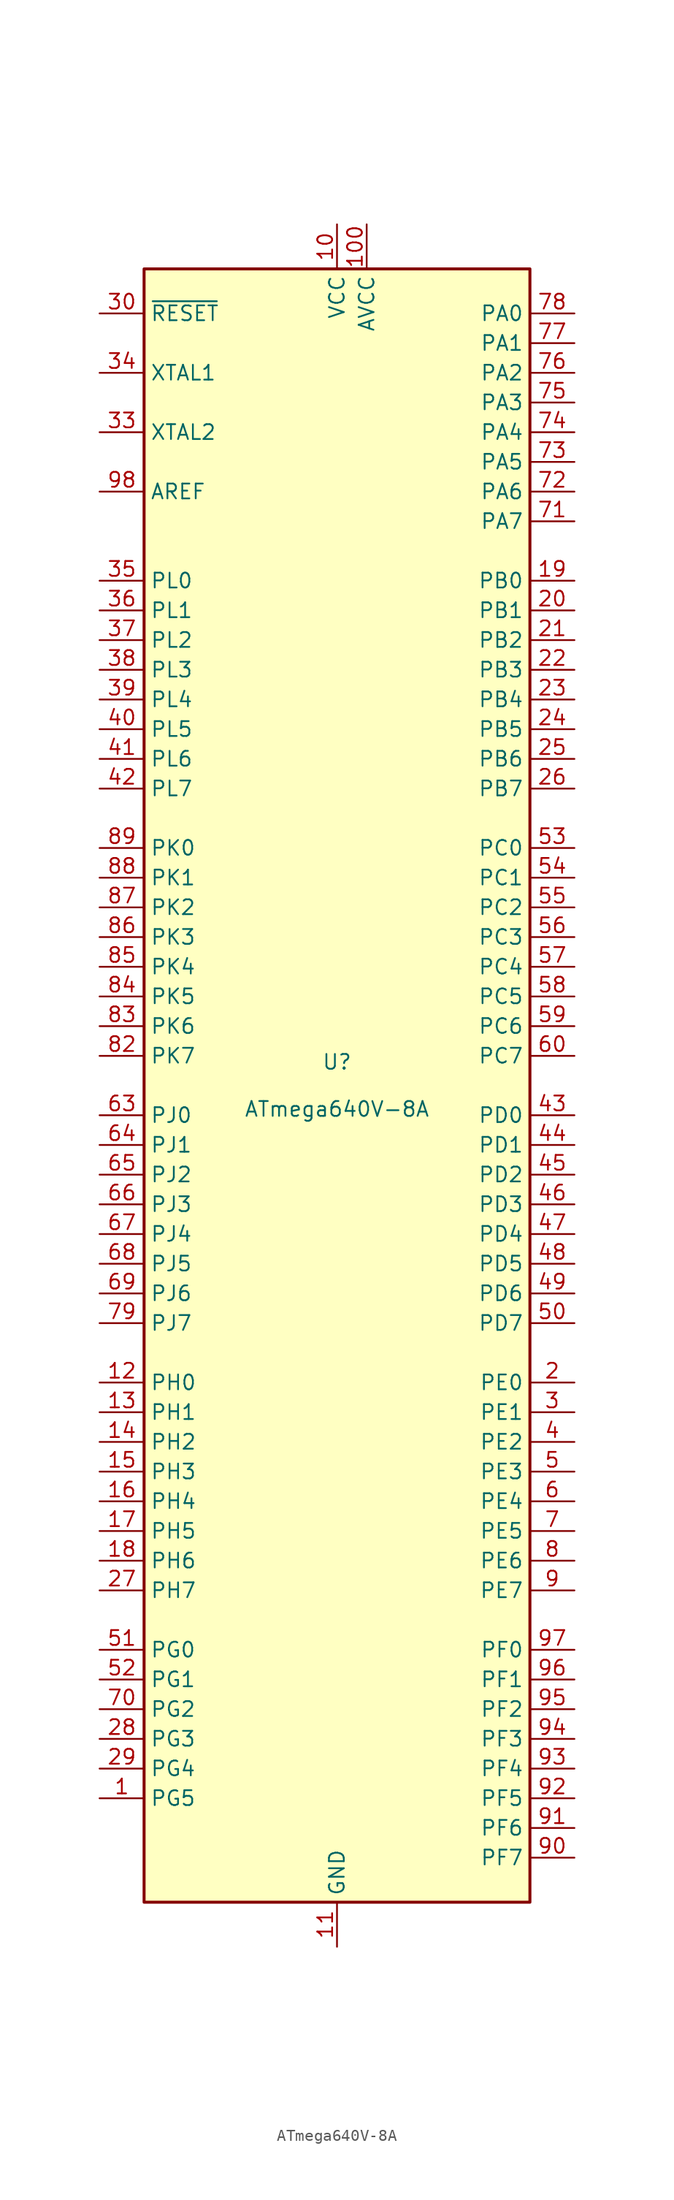
<source format=kicad_sym>
(kicad_symbol_lib
  (version 20201005)
  (generator kicad_symbol_editor)
  (symbol "MCU_Microchip_ATmega:ATmega640V-8A"
    (property "Reference" "U"
      (at 0 1.27 0)
      (effects (font (size 1.27 1.27)) (justify bottom)))
    (property "Value" "ATmega640V-8A"
      (at 0 -1.27 0)
      (effects (font (size 1.27 1.27)) (justify top)))
    (symbol "ATmega640V-8A_0_1"
      (rectangle (start -16.51 -69.85) (end 16.51 69.85) (stroke (width 0.254)) (fill (type background))))
    (symbol "ATmega640V-8A_1_1"
      (pin bidirectional line (at -20.32 -60.96 0) (length 3.81) (name "PG5" (effects (font (size 1.27 1.27)))) (number "1" (effects (font (size 1.27 1.27)))))
      (pin power_in line (at 0 73.66 270) (length 3.81) (name "VCC" (effects (font (size 1.27 1.27)))) (number "10" (effects (font (size 1.27 1.27)))))
      (pin power_in line (at 2.54 73.66 270) (length 3.81) (name "AVCC" (effects (font (size 1.27 1.27)))) (number "100" (effects (font (size 1.27 1.27)))))
      (pin power_in line (at 0 -73.66 90) (length 3.81) (name "GND" (effects (font (size 1.27 1.27)))) (number "11" (effects (font (size 1.27 1.27)))))
      (pin bidirectional line (at -20.32 -25.4 0) (length 3.81) (name "PH0" (effects (font (size 1.27 1.27)))) (number "12" (effects (font (size 1.27 1.27)))))
      (pin bidirectional line (at -20.32 -27.94 0) (length 3.81) (name "PH1" (effects (font (size 1.27 1.27)))) (number "13" (effects (font (size 1.27 1.27)))))
      (pin bidirectional line (at -20.32 -30.48 0) (length 3.81) (name "PH2" (effects (font (size 1.27 1.27)))) (number "14" (effects (font (size 1.27 1.27)))))
      (pin bidirectional line (at -20.32 -33.02 0) (length 3.81) (name "PH3" (effects (font (size 1.27 1.27)))) (number "15" (effects (font (size 1.27 1.27)))))
      (pin bidirectional line (at -20.32 -35.56 0) (length 3.81) (name "PH4" (effects (font (size 1.27 1.27)))) (number "16" (effects (font (size 1.27 1.27)))))
      (pin bidirectional line (at -20.32 -38.1 0) (length 3.81) (name "PH5" (effects (font (size 1.27 1.27)))) (number "17" (effects (font (size 1.27 1.27)))))
      (pin bidirectional line (at -20.32 -40.64 0) (length 3.81) (name "PH6" (effects (font (size 1.27 1.27)))) (number "18" (effects (font (size 1.27 1.27)))))
      (pin bidirectional line (at 20.32 43.18 180) (length 3.81) (name "PB0" (effects (font (size 1.27 1.27)))) (number "19" (effects (font (size 1.27 1.27)))))
      (pin bidirectional line (at 20.32 -25.4 180) (length 3.81) (name "PE0" (effects (font (size 1.27 1.27)))) (number "2" (effects (font (size 1.27 1.27)))))
      (pin bidirectional line (at 20.32 40.64 180) (length 3.81) (name "PB1" (effects (font (size 1.27 1.27)))) (number "20" (effects (font (size 1.27 1.27)))))
      (pin bidirectional line (at 20.32 38.1 180) (length 3.81) (name "PB2" (effects (font (size 1.27 1.27)))) (number "21" (effects (font (size 1.27 1.27)))))
      (pin bidirectional line (at 20.32 35.56 180) (length 3.81) (name "PB3" (effects (font (size 1.27 1.27)))) (number "22" (effects (font (size 1.27 1.27)))))
      (pin bidirectional line (at 20.32 33.02 180) (length 3.81) (name "PB4" (effects (font (size 1.27 1.27)))) (number "23" (effects (font (size 1.27 1.27)))))
      (pin bidirectional line (at 20.32 30.48 180) (length 3.81) (name "PB5" (effects (font (size 1.27 1.27)))) (number "24" (effects (font (size 1.27 1.27)))))
      (pin bidirectional line (at 20.32 27.94 180) (length 3.81) (name "PB6" (effects (font (size 1.27 1.27)))) (number "25" (effects (font (size 1.27 1.27)))))
      (pin bidirectional line (at 20.32 25.4 180) (length 3.81) (name "PB7" (effects (font (size 1.27 1.27)))) (number "26" (effects (font (size 1.27 1.27)))))
      (pin bidirectional line (at -20.32 -43.18 0) (length 3.81) (name "PH7" (effects (font (size 1.27 1.27)))) (number "27" (effects (font (size 1.27 1.27)))))
      (pin bidirectional line (at -20.32 -55.88 0) (length 3.81) (name "PG3" (effects (font (size 1.27 1.27)))) (number "28" (effects (font (size 1.27 1.27)))))
      (pin bidirectional line (at -20.32 -58.42 0) (length 3.81) (name "PG4" (effects (font (size 1.27 1.27)))) (number "29" (effects (font (size 1.27 1.27)))))
      (pin bidirectional line (at 20.32 -27.94 180) (length 3.81) (name "PE1" (effects (font (size 1.27 1.27)))) (number "3" (effects (font (size 1.27 1.27)))))
      (pin input line (at -20.32 66.04 0) (length 3.81) (name "~RESET" (effects (font (size 1.27 1.27)))) (number "30" (effects (font (size 1.27 1.27)))))
      (pin passive line (at 0 73.66 270) (length 3.81) hide (name "VCC" (effects (font (size 1.27 1.27)))) (number "31" (effects (font (size 1.27 1.27)))))
      (pin passive line (at 0 -73.66 90) (length 3.81) hide (name "GND" (effects (font (size 1.27 1.27)))) (number "32" (effects (font (size 1.27 1.27)))))
      (pin output line (at -20.32 55.88 0) (length 3.81) (name "XTAL2" (effects (font (size 1.27 1.27)))) (number "33" (effects (font (size 1.27 1.27)))))
      (pin input line (at -20.32 60.96 0) (length 3.81) (name "XTAL1" (effects (font (size 1.27 1.27)))) (number "34" (effects (font (size 1.27 1.27)))))
      (pin bidirectional line (at -20.32 43.18 0) (length 3.81) (name "PL0" (effects (font (size 1.27 1.27)))) (number "35" (effects (font (size 1.27 1.27)))))
      (pin bidirectional line (at -20.32 40.64 0) (length 3.81) (name "PL1" (effects (font (size 1.27 1.27)))) (number "36" (effects (font (size 1.27 1.27)))))
      (pin bidirectional line (at -20.32 38.1 0) (length 3.81) (name "PL2" (effects (font (size 1.27 1.27)))) (number "37" (effects (font (size 1.27 1.27)))))
      (pin bidirectional line (at -20.32 35.56 0) (length 3.81) (name "PL3" (effects (font (size 1.27 1.27)))) (number "38" (effects (font (size 1.27 1.27)))))
      (pin bidirectional line (at -20.32 33.02 0) (length 3.81) (name "PL4" (effects (font (size 1.27 1.27)))) (number "39" (effects (font (size 1.27 1.27)))))
      (pin bidirectional line (at 20.32 -30.48 180) (length 3.81) (name "PE2" (effects (font (size 1.27 1.27)))) (number "4" (effects (font (size 1.27 1.27)))))
      (pin bidirectional line (at -20.32 30.48 0) (length 3.81) (name "PL5" (effects (font (size 1.27 1.27)))) (number "40" (effects (font (size 1.27 1.27)))))
      (pin bidirectional line (at -20.32 27.94 0) (length 3.81) (name "PL6" (effects (font (size 1.27 1.27)))) (number "41" (effects (font (size 1.27 1.27)))))
      (pin bidirectional line (at -20.32 25.4 0) (length 3.81) (name "PL7" (effects (font (size 1.27 1.27)))) (number "42" (effects (font (size 1.27 1.27)))))
      (pin bidirectional line (at 20.32 -2.54 180) (length 3.81) (name "PD0" (effects (font (size 1.27 1.27)))) (number "43" (effects (font (size 1.27 1.27)))))
      (pin bidirectional line (at 20.32 -5.08 180) (length 3.81) (name "PD1" (effects (font (size 1.27 1.27)))) (number "44" (effects (font (size 1.27 1.27)))))
      (pin bidirectional line (at 20.32 -7.62 180) (length 3.81) (name "PD2" (effects (font (size 1.27 1.27)))) (number "45" (effects (font (size 1.27 1.27)))))
      (pin bidirectional line (at 20.32 -10.16 180) (length 3.81) (name "PD3" (effects (font (size 1.27 1.27)))) (number "46" (effects (font (size 1.27 1.27)))))
      (pin bidirectional line (at 20.32 -12.7 180) (length 3.81) (name "PD4" (effects (font (size 1.27 1.27)))) (number "47" (effects (font (size 1.27 1.27)))))
      (pin bidirectional line (at 20.32 -15.24 180) (length 3.81) (name "PD5" (effects (font (size 1.27 1.27)))) (number "48" (effects (font (size 1.27 1.27)))))
      (pin bidirectional line (at 20.32 -17.78 180) (length 3.81) (name "PD6" (effects (font (size 1.27 1.27)))) (number "49" (effects (font (size 1.27 1.27)))))
      (pin bidirectional line (at 20.32 -33.02 180) (length 3.81) (name "PE3" (effects (font (size 1.27 1.27)))) (number "5" (effects (font (size 1.27 1.27)))))
      (pin bidirectional line (at 20.32 -20.32 180) (length 3.81) (name "PD7" (effects (font (size 1.27 1.27)))) (number "50" (effects (font (size 1.27 1.27)))))
      (pin bidirectional line (at -20.32 -48.26 0) (length 3.81) (name "PG0" (effects (font (size 1.27 1.27)))) (number "51" (effects (font (size 1.27 1.27)))))
      (pin bidirectional line (at -20.32 -50.8 0) (length 3.81) (name "PG1" (effects (font (size 1.27 1.27)))) (number "52" (effects (font (size 1.27 1.27)))))
      (pin bidirectional line (at 20.32 20.32 180) (length 3.81) (name "PC0" (effects (font (size 1.27 1.27)))) (number "53" (effects (font (size 1.27 1.27)))))
      (pin bidirectional line (at 20.32 17.78 180) (length 3.81) (name "PC1" (effects (font (size 1.27 1.27)))) (number "54" (effects (font (size 1.27 1.27)))))
      (pin bidirectional line (at 20.32 15.24 180) (length 3.81) (name "PC2" (effects (font (size 1.27 1.27)))) (number "55" (effects (font (size 1.27 1.27)))))
      (pin bidirectional line (at 20.32 12.7 180) (length 3.81) (name "PC3" (effects (font (size 1.27 1.27)))) (number "56" (effects (font (size 1.27 1.27)))))
      (pin bidirectional line (at 20.32 10.16 180) (length 3.81) (name "PC4" (effects (font (size 1.27 1.27)))) (number "57" (effects (font (size 1.27 1.27)))))
      (pin bidirectional line (at 20.32 7.62 180) (length 3.81) (name "PC5" (effects (font (size 1.27 1.27)))) (number "58" (effects (font (size 1.27 1.27)))))
      (pin bidirectional line (at 20.32 5.08 180) (length 3.81) (name "PC6" (effects (font (size 1.27 1.27)))) (number "59" (effects (font (size 1.27 1.27)))))
      (pin bidirectional line (at 20.32 -35.56 180) (length 3.81) (name "PE4" (effects (font (size 1.27 1.27)))) (number "6" (effects (font (size 1.27 1.27)))))
      (pin bidirectional line (at 20.32 2.54 180) (length 3.81) (name "PC7" (effects (font (size 1.27 1.27)))) (number "60" (effects (font (size 1.27 1.27)))))
      (pin passive line (at 0 73.66 270) (length 3.81) hide (name "VCC" (effects (font (size 1.27 1.27)))) (number "61" (effects (font (size 1.27 1.27)))))
      (pin passive line (at 0 -73.66 90) (length 3.81) hide (name "GND" (effects (font (size 1.27 1.27)))) (number "62" (effects (font (size 1.27 1.27)))))
      (pin bidirectional line (at -20.32 -2.54 0) (length 3.81) (name "PJ0" (effects (font (size 1.27 1.27)))) (number "63" (effects (font (size 1.27 1.27)))))
      (pin bidirectional line (at -20.32 -5.08 0) (length 3.81) (name "PJ1" (effects (font (size 1.27 1.27)))) (number "64" (effects (font (size 1.27 1.27)))))
      (pin bidirectional line (at -20.32 -7.62 0) (length 3.81) (name "PJ2" (effects (font (size 1.27 1.27)))) (number "65" (effects (font (size 1.27 1.27)))))
      (pin bidirectional line (at -20.32 -10.16 0) (length 3.81) (name "PJ3" (effects (font (size 1.27 1.27)))) (number "66" (effects (font (size 1.27 1.27)))))
      (pin bidirectional line (at -20.32 -12.7 0) (length 3.81) (name "PJ4" (effects (font (size 1.27 1.27)))) (number "67" (effects (font (size 1.27 1.27)))))
      (pin bidirectional line (at -20.32 -15.24 0) (length 3.81) (name "PJ5" (effects (font (size 1.27 1.27)))) (number "68" (effects (font (size 1.27 1.27)))))
      (pin bidirectional line (at -20.32 -17.78 0) (length 3.81) (name "PJ6" (effects (font (size 1.27 1.27)))) (number "69" (effects (font (size 1.27 1.27)))))
      (pin bidirectional line (at 20.32 -38.1 180) (length 3.81) (name "PE5" (effects (font (size 1.27 1.27)))) (number "7" (effects (font (size 1.27 1.27)))))
      (pin bidirectional line (at -20.32 -53.34 0) (length 3.81) (name "PG2" (effects (font (size 1.27 1.27)))) (number "70" (effects (font (size 1.27 1.27)))))
      (pin bidirectional line (at 20.32 48.26 180) (length 3.81) (name "PA7" (effects (font (size 1.27 1.27)))) (number "71" (effects (font (size 1.27 1.27)))))
      (pin bidirectional line (at 20.32 50.8 180) (length 3.81) (name "PA6" (effects (font (size 1.27 1.27)))) (number "72" (effects (font (size 1.27 1.27)))))
      (pin bidirectional line (at 20.32 53.34 180) (length 3.81) (name "PA5" (effects (font (size 1.27 1.27)))) (number "73" (effects (font (size 1.27 1.27)))))
      (pin bidirectional line (at 20.32 55.88 180) (length 3.81) (name "PA4" (effects (font (size 1.27 1.27)))) (number "74" (effects (font (size 1.27 1.27)))))
      (pin bidirectional line (at 20.32 58.42 180) (length 3.81) (name "PA3" (effects (font (size 1.27 1.27)))) (number "75" (effects (font (size 1.27 1.27)))))
      (pin bidirectional line (at 20.32 60.96 180) (length 3.81) (name "PA2" (effects (font (size 1.27 1.27)))) (number "76" (effects (font (size 1.27 1.27)))))
      (pin bidirectional line (at 20.32 63.5 180) (length 3.81) (name "PA1" (effects (font (size 1.27 1.27)))) (number "77" (effects (font (size 1.27 1.27)))))
      (pin bidirectional line (at 20.32 66.04 180) (length 3.81) (name "PA0" (effects (font (size 1.27 1.27)))) (number "78" (effects (font (size 1.27 1.27)))))
      (pin bidirectional line (at -20.32 -20.32 0) (length 3.81) (name "PJ7" (effects (font (size 1.27 1.27)))) (number "79" (effects (font (size 1.27 1.27)))))
      (pin bidirectional line (at 20.32 -40.64 180) (length 3.81) (name "PE6" (effects (font (size 1.27 1.27)))) (number "8" (effects (font (size 1.27 1.27)))))
      (pin passive line (at 0 73.66 270) (length 3.81) hide (name "VCC" (effects (font (size 1.27 1.27)))) (number "80" (effects (font (size 1.27 1.27)))))
      (pin passive line (at 0 -73.66 90) (length 3.81) hide (name "GND" (effects (font (size 1.27 1.27)))) (number "81" (effects (font (size 1.27 1.27)))))
      (pin bidirectional line (at -20.32 2.54 0) (length 3.81) (name "PK7" (effects (font (size 1.27 1.27)))) (number "82" (effects (font (size 1.27 1.27)))))
      (pin bidirectional line (at -20.32 5.08 0) (length 3.81) (name "PK6" (effects (font (size 1.27 1.27)))) (number "83" (effects (font (size 1.27 1.27)))))
      (pin bidirectional line (at -20.32 7.62 0) (length 3.81) (name "PK5" (effects (font (size 1.27 1.27)))) (number "84" (effects (font (size 1.27 1.27)))))
      (pin bidirectional line (at -20.32 10.16 0) (length 3.81) (name "PK4" (effects (font (size 1.27 1.27)))) (number "85" (effects (font (size 1.27 1.27)))))
      (pin bidirectional line (at -20.32 12.7 0) (length 3.81) (name "PK3" (effects (font (size 1.27 1.27)))) (number "86" (effects (font (size 1.27 1.27)))))
      (pin bidirectional line (at -20.32 15.24 0) (length 3.81) (name "PK2" (effects (font (size 1.27 1.27)))) (number "87" (effects (font (size 1.27 1.27)))))
      (pin bidirectional line (at -20.32 17.78 0) (length 3.81) (name "PK1" (effects (font (size 1.27 1.27)))) (number "88" (effects (font (size 1.27 1.27)))))
      (pin bidirectional line (at -20.32 20.32 0) (length 3.81) (name "PK0" (effects (font (size 1.27 1.27)))) (number "89" (effects (font (size 1.27 1.27)))))
      (pin bidirectional line (at 20.32 -43.18 180) (length 3.81) (name "PE7" (effects (font (size 1.27 1.27)))) (number "9" (effects (font (size 1.27 1.27)))))
      (pin bidirectional line (at 20.32 -66.04 180) (length 3.81) (name "PF7" (effects (font (size 1.27 1.27)))) (number "90" (effects (font (size 1.27 1.27)))))
      (pin bidirectional line (at 20.32 -63.5 180) (length 3.81) (name "PF6" (effects (font (size 1.27 1.27)))) (number "91" (effects (font (size 1.27 1.27)))))
      (pin bidirectional line (at 20.32 -60.96 180) (length 3.81) (name "PF5" (effects (font (size 1.27 1.27)))) (number "92" (effects (font (size 1.27 1.27)))))
      (pin bidirectional line (at 20.32 -58.42 180) (length 3.81) (name "PF4" (effects (font (size 1.27 1.27)))) (number "93" (effects (font (size 1.27 1.27)))))
      (pin bidirectional line (at 20.32 -55.88 180) (length 3.81) (name "PF3" (effects (font (size 1.27 1.27)))) (number "94" (effects (font (size 1.27 1.27)))))
      (pin bidirectional line (at 20.32 -53.34 180) (length 3.81) (name "PF2" (effects (font (size 1.27 1.27)))) (number "95" (effects (font (size 1.27 1.27)))))
      (pin bidirectional line (at 20.32 -50.8 180) (length 3.81) (name "PF1" (effects (font (size 1.27 1.27)))) (number "96" (effects (font (size 1.27 1.27)))))
      (pin bidirectional line (at 20.32 -48.26 180) (length 3.81) (name "PF0" (effects (font (size 1.27 1.27)))) (number "97" (effects (font (size 1.27 1.27)))))
      (pin passive line (at -20.32 50.8 0) (length 3.81) (name "AREF" (effects (font (size 1.27 1.27)))) (number "98" (effects (font (size 1.27 1.27)))))
      (pin passive line (at 0 -73.66 90) (length 3.81) hide (name "GND" (effects (font (size 1.27 1.27)))) (number "99" (effects (font (size 1.27 1.27))))))))
</source>
